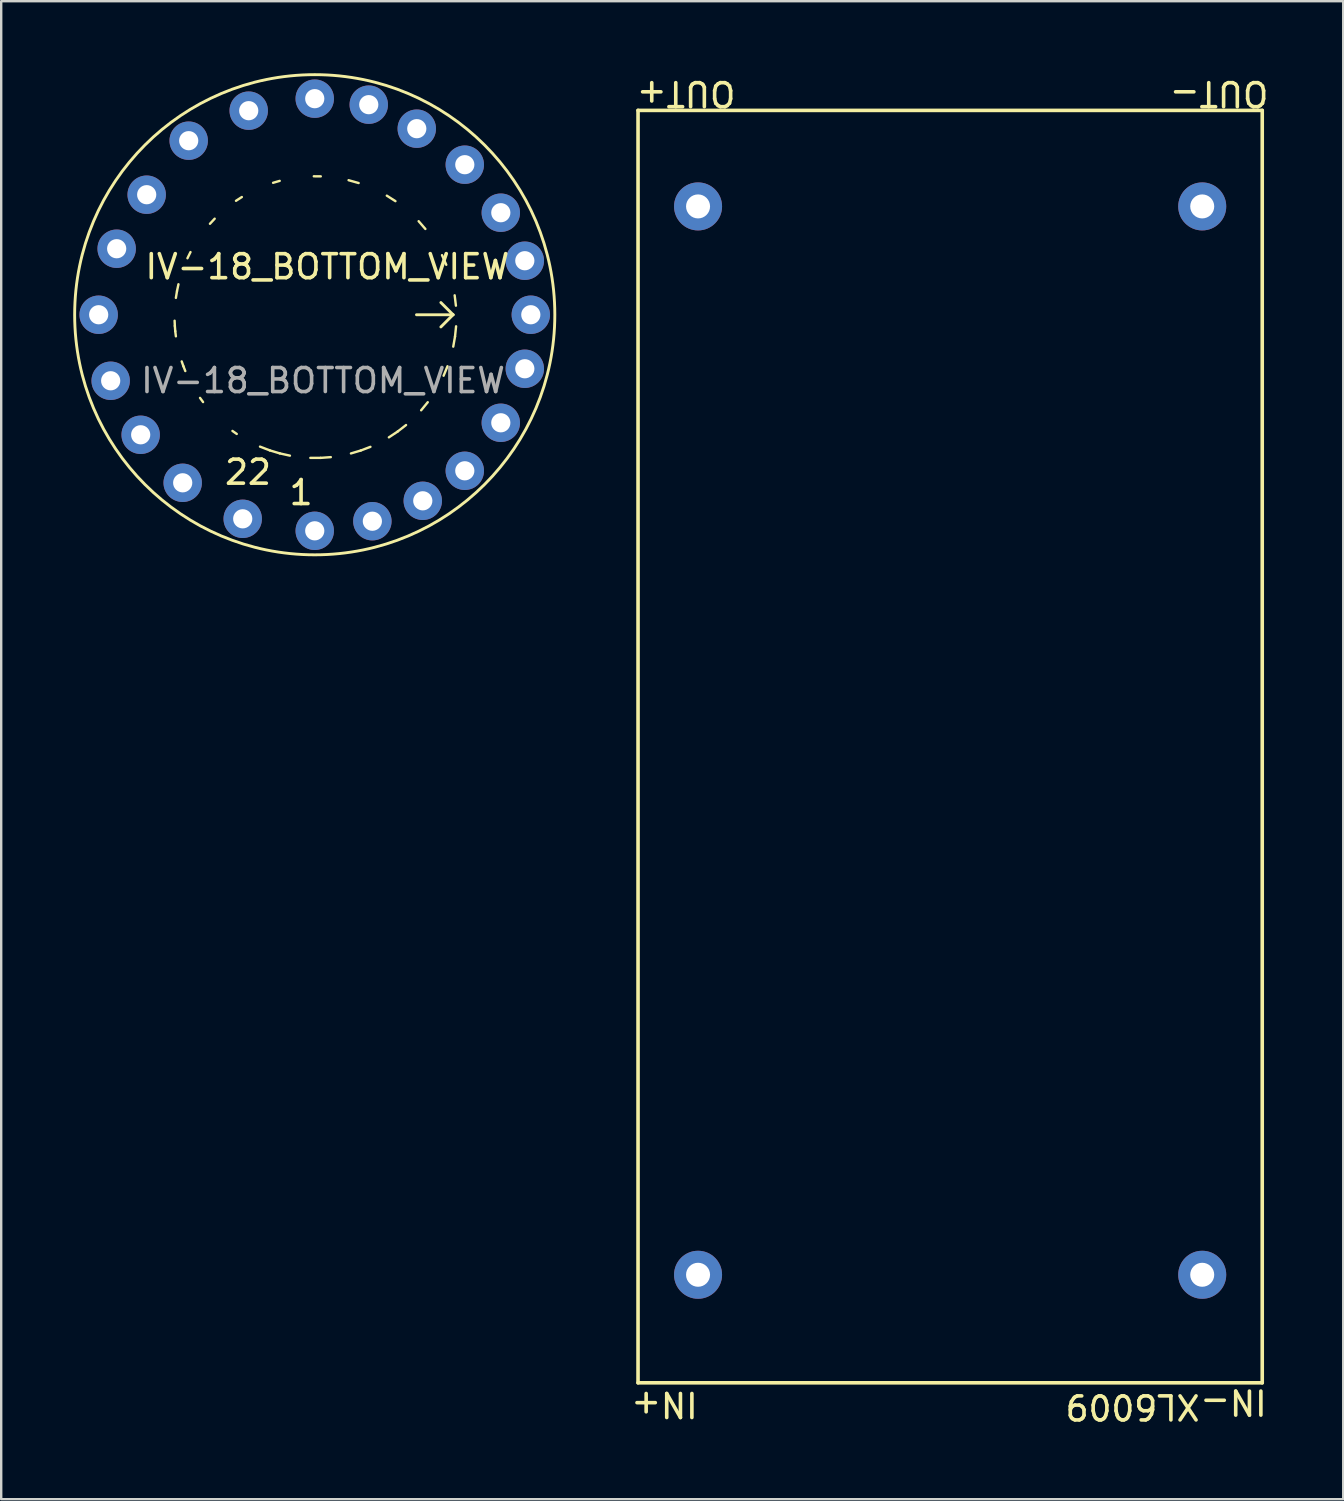
<source format=kicad_pcb>
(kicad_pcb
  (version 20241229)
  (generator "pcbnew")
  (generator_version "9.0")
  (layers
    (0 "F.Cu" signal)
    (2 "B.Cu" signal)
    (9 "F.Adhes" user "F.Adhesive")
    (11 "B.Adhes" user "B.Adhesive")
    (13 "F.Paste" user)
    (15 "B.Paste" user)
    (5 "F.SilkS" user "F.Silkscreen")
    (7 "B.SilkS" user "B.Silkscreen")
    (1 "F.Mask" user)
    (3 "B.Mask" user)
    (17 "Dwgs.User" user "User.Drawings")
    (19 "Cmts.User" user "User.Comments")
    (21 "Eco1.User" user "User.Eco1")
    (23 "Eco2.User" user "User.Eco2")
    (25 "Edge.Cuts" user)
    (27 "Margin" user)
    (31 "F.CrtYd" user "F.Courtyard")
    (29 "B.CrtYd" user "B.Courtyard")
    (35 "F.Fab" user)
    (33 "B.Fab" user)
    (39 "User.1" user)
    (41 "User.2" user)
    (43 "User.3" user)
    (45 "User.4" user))
  (footprint "IV-18_BOTTOM_VIEW"
    (layer "F.Cu")
    (at 10.06 10.06)
    (property "Reference" "IV-18_BOTTOM_VIEW" (at 0.525 -2 0) (unlocked yes) (layer "F.SilkS") (effects (font (size 1 1) (thickness 0.15))))
    (attr through_hole)
    (fp_line (start -5.827 0.467) (end -5.837 0.249) (stroke (width 0.1) (type solid)) (layer "F.SilkS"))
    (fp_line (start -5.81 0.684) (end -5.827 0.467) (stroke (width 0.1) (type solid)) (layer "F.SilkS"))
    (fp_line (start -5.784 0.899) (end -5.81 0.684) (stroke (width 0.1) (type solid)) (layer "F.SilkS"))
    (fp_line (start -5.784 -0.702) (end -5.737 -0.988) (stroke (width 0.1) (type solid)) (layer "F.SilkS"))
    (fp_line (start -5.737 -0.988) (end -5.677 -1.27) (stroke (width 0.1) (type solid)) (layer "F.SilkS"))
    (fp_line (start -5.47 2.146) (end -5.541 1.944) (stroke (width 0.1) (type solid)) (layer "F.SilkS"))
    (fp_line (start -5.392 2.345) (end -5.47 2.146) (stroke (width 0.1) (type solid)) (layer "F.SilkS"))
    (fp_line (start -5.302 -2.353) (end -5.176 -2.61) (stroke (width 0.1) (type solid)) (layer "F.SilkS"))
    (fp_line (start -4.652 3.637) (end -4.778 3.464) (stroke (width 0.1) (type solid)) (layer "F.SilkS"))
    (fp_line (start -4.365 -3.789) (end -4.168 -4.001) (stroke (width 0.1) (type solid)) (layer "F.SilkS"))
    (fp_line (start -3.28 -4.746) (end -3.037 -4.903) (stroke (width 0.1) (type solid)) (layer "F.SilkS"))
    (fp_line (start -3.249 4.965) (end -3.427 4.84) (stroke (width 0.1) (type solid)) (layer "F.SilkS"))
    (fp_line (start -1.871 5.65) (end -2.28 5.493) (stroke (width 0.1) (type solid)) (layer "F.SilkS"))
    (fp_line (start -1.735 -5.496) (end -1.46 -5.576) (stroke (width 0.1) (type solid)) (layer "F.SilkS"))
    (fp_line (start -1.455 5.775) (end -1.871 5.65) (stroke (width 0.1) (type solid)) (layer "F.SilkS"))
    (fp_line (start -1.034 5.869) (end -1.455 5.775) (stroke (width 0.1) (type solid)) (layer "F.SilkS"))
    (fp_line (start -0.039 -5.767) (end 0.251 -5.764) (stroke (width 0.1) (type solid)) (layer "F.SilkS"))
    (fp_line (start 0.244 5.962) (end -0.183 5.962) (stroke (width 0.1) (type solid)) (layer "F.SilkS"))
    (fp_line (start 0.669 5.931) (end 0.244 5.962) (stroke (width 0.1) (type solid)) (layer "F.SilkS"))
    (fp_line (start 1.41 -5.604) (end 1.828 -5.486) (stroke (width 0.1) (type solid)) (layer "F.SilkS"))
    (fp_line (start 1.917 5.655) (end 1.508 5.777) (stroke (width 0.1) (type solid)) (layer "F.SilkS"))
    (fp_line (start 2.319 5.502) (end 1.917 5.655) (stroke (width 0.1) (type solid)) (layer "F.SilkS"))
    (fp_line (start 3.002 -4.96) (end 3.361 -4.731) (stroke (width 0.1) (type solid)) (layer "F.SilkS"))
    (fp_line (start 3.453 4.865) (end 3.088 5.107) (stroke (width 0.1) (type solid)) (layer "F.SilkS"))
    (fp_line (start 3.803 4.594) (end 3.453 4.865) (stroke (width 0.1) (type solid)) (layer "F.SilkS"))
    (fp_line (start 4.238 0) (end 5.762 0) (stroke (width 0.12) (type solid)) (layer "F.SilkS"))
    (fp_line (start 4.328 -3.896) (end 4.608 -3.573) (stroke (width 0.1) (type solid)) (layer "F.SilkS"))
    (fp_line (start 4.707 3.644) (end 4.432 3.98) (stroke (width 0.1) (type solid)) (layer "F.SilkS"))
    (fp_line (start 5.301 -2.482) (end 5.478 -2.081) (stroke (width 0.1) (type solid)) (layer "F.SilkS"))
    (fp_line (start 5.53 2.146) (end 5.367 2.54) (stroke (width 0.1) (type solid)) (layer "F.SilkS"))
    (fp_line (start 5.762 0) (end 5.254 -0.508) (stroke (width 0.12) (type solid)) (layer "F.SilkS"))
    (fp_line (start 5.762 0) (end 5.254 0.508) (stroke (width 0.12) (type solid)) (layer "F.SilkS"))
    (fp_line (start 5.828 -0.809) (end 5.88 -0.378) (stroke (width 0.1) (type solid)) (layer "F.SilkS"))
    (fp_line (start 5.843 0.908) (end 5.769 1.328) (stroke (width 0.1) (type solid)) (layer "F.SilkS"))
    (fp_line (start 5.887 0.482) (end 5.843 0.908) (stroke (width 0.1) (type solid)) (layer "F.SilkS"))
    (fp_circle (center 0 0) (end 10 0) (stroke (width 0.12) (type solid)) (fill no) (layer "F.SilkS"))
    (fp_text user "22" (at -2.78 6.56 0) (unlocked yes) (layer "F.SilkS") (effects (font (size 1 1) (thickness 0.15))))
    (fp_text user "1" (at -0.57 7.41 0) (unlocked yes) (layer "F.SilkS") (effects (font (size 1 1) (thickness 0.15))))
    (fp_text user "${REFERENCE}" (at 0.345 2.743 0) (unlocked yes) (layer "F.Fab") (effects (font (size 1 1) (thickness 0.15))))
    (pad "1" thru_hole circle (at 0 9) (size 1.6 1.6) (drill 0.8) (layers "*.Cu" "*.Mask"))
    (pad "2" thru_hole circle (at 2.4 8.6) (size 1.6 1.6) (drill 0.8) (layers "*.Cu" "*.Mask"))
    (pad "3" thru_hole circle (at 4.5 7.75) (size 1.6 1.6) (drill 0.8) (layers "*.Cu" "*.Mask"))
    (pad "4" thru_hole circle (at 6.25 6.5) (size 1.6 1.6) (drill 0.8) (layers "*.Cu" "*.Mask"))
    (pad "5" thru_hole circle (at 7.75 4.5) (size 1.6 1.6) (drill 0.8) (layers "*.Cu" "*.Mask"))
    (pad "6" thru_hole circle (at 8.75 2.25) (size 1.6 1.6) (drill 0.8) (layers "*.Cu" "*.Mask"))
    (pad "7" thru_hole circle (at 9 0) (size 1.6 1.6) (drill 0.8) (layers "*.Cu" "*.Mask"))
    (pad "8" thru_hole circle (at 8.75 -2.25) (size 1.6 1.6) (drill 0.8) (layers "*.Cu" "*.Mask"))
    (pad "9" thru_hole circle (at 7.75 -4.25) (size 1.6 1.6) (drill 0.8) (layers "*.Cu" "*.Mask"))
    (pad "10" thru_hole circle (at 6.25 -6.25) (size 1.6 1.6) (drill 0.8) (layers "*.Cu" "*.Mask"))
    (pad "11" thru_hole circle (at 4.25 -7.75) (size 1.6 1.6) (drill 0.8) (layers "*.Cu" "*.Mask"))
    (pad "12" thru_hole circle (at 2.25 -8.75) (size 1.6 1.6) (drill 0.8) (layers "*.Cu" "*.Mask"))
    (pad "13" thru_hole circle (at 0 -9) (size 1.6 1.6) (drill 0.8) (layers "*.Cu" "*.Mask"))
    (pad "14" thru_hole circle (at -2.75 -8.5) (size 1.6 1.6) (drill 0.8) (layers "*.Cu" "*.Mask"))
    (pad "15" thru_hole circle (at -5.25 -7.25) (size 1.6 1.6) (drill 0.8) (layers "*.Cu" "*.Mask"))
    (pad "16" thru_hole circle (at -7 -5) (size 1.6 1.6) (drill 0.8) (layers "*.Cu" "*.Mask"))
    (pad "17" thru_hole circle (at -8.25 -2.75) (size 1.6 1.6) (drill 0.8) (layers "*.Cu" "*.Mask"))
    (pad "18" thru_hole circle (at -9 0) (size 1.6 1.6) (drill 0.8) (layers "*.Cu" "*.Mask"))
    (pad "19" thru_hole circle (at -8.5 2.75) (size 1.6 1.6) (drill 0.8) (layers "*.Cu" "*.Mask"))
    (pad "20" thru_hole circle (at -7.25 5) (size 1.6 1.6) (drill 0.8) (layers "*.Cu" "*.Mask"))
    (pad "21" thru_hole circle (at -5.5 7) (size 1.6 1.6) (drill 0.8) (layers "*.Cu" "*.Mask"))
    (pad "22" thru_hole circle (at -3 8.5) (size 1.6 1.6) (drill 0.8) (layers "*.Cu" "*.Mask")))
  (footprint "XL6009"
    (layer "F.Cu")
    (at 23.526 54.548)
    (property "Reference" "XL6009" (at 20.6 1 180) (unlocked yes) (layer "F.SilkS") (effects (font (size 1 1) (thickness 0.15))))
    (attr through_hole)
    (fp_line (start 0 -53) (end 0 0) (stroke (width 0.15) (type solid)) (layer "F.SilkS"))
    (fp_line (start 0 -53) (end 26 -53) (stroke (width 0.15) (type solid)) (layer "F.SilkS"))
    (fp_line (start 26 0) (end 0 0) (stroke (width 0.15) (type solid)) (layer "F.SilkS"))
    (fp_line (start 26 0) (end 26 -53) (stroke (width 0.15) (type solid)) (layer "F.SilkS"))
    (fp_text user "OUT+" (at 2 -53.7 180) (unlocked yes) (layer "F.SilkS") (effects (font (size 1 1) (thickness 0.15))))
    (fp_text user "OUT-" (at 24.2 -53.7 180) (unlocked yes) (layer "F.SilkS") (effects (font (size 1 1) (thickness 0.15))))
    (fp_text user "IN+" (at 1.1 0.9 180) (unlocked yes) (layer "F.SilkS") (effects (font (size 1 1) (thickness 0.15))))
    (fp_text user "IN-" (at 24.8 0.8 180) (unlocked yes) (layer "F.SilkS") (effects (font (size 1 1) (thickness 0.15))))
    (pad "1" thru_hole circle (at 2.5 -4.5) (size 2 2) (drill 1) (layers "*.Cu" "*.Mask"))
    (pad "2" thru_hole circle (at 23.5 -4.5) (size 2 2) (drill 1) (layers "*.Cu" "*.Mask"))
    (pad "3" thru_hole circle (at 23.5 -49) (size 2 2) (drill 1) (layers "*.Cu" "*.Mask"))
    (pad "4" thru_hole circle (at 2.5 -49) (size 2 2) (drill 1) (layers "*.Cu" "*.Mask")))
  (gr_rect
    (start -3 -3)
    (end 52.899 59.397)
    (stroke (width 0.1) (type default))
    (fill no)
    (layer "Edge.Cuts")))
</source>
